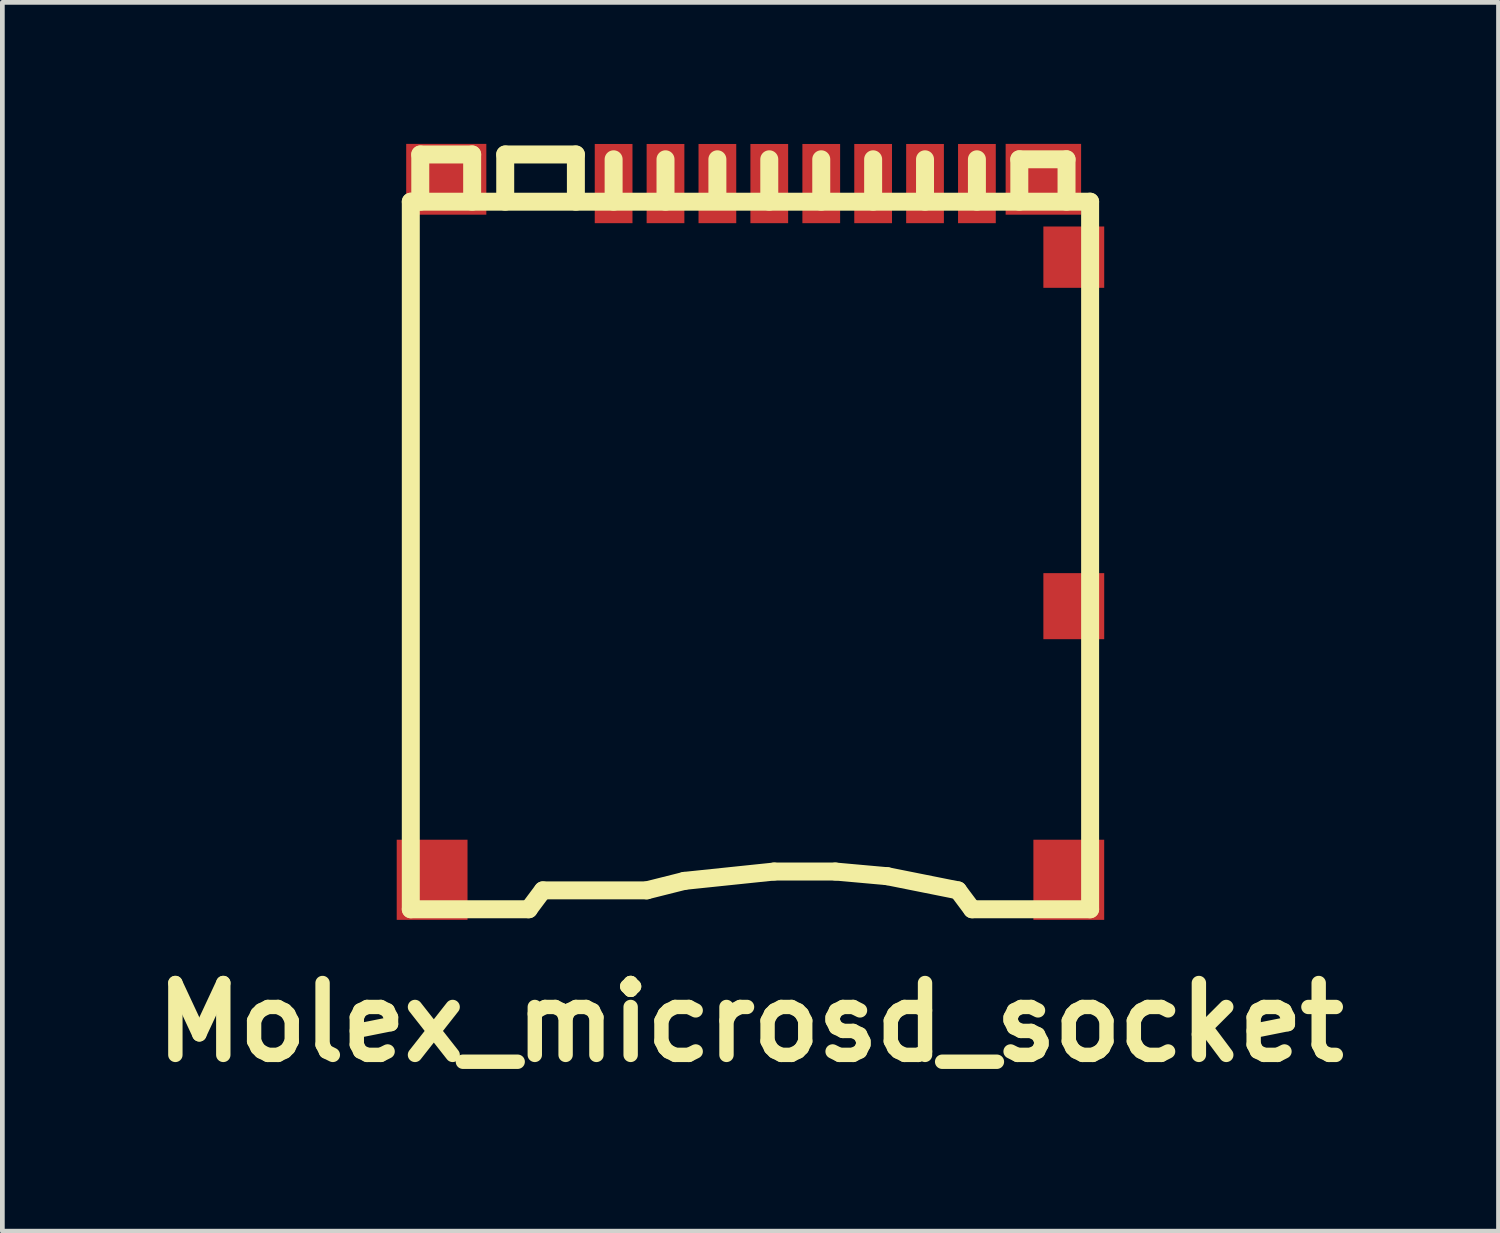
<source format=kicad_pcb>
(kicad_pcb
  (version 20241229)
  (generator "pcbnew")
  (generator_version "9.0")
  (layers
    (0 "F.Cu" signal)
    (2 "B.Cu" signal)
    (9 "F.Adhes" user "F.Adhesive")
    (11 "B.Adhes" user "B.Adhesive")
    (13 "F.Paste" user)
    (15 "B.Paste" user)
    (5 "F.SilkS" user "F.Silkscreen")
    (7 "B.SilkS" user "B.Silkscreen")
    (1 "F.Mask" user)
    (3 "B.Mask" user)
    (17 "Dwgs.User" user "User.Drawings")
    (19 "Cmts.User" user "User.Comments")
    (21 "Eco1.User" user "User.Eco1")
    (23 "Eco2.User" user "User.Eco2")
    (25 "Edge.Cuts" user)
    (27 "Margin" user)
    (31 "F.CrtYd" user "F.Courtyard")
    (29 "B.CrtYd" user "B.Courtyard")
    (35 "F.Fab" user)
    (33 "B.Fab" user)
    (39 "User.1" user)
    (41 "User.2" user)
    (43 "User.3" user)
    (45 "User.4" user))
  (footprint "Molex_microsd_socket"
    (layer "F.Cu")
    (at 12.86 8.226)
    (property "Reference" "Molex_microsd_socket" (at 0 10.399 0) (layer "F.SilkS") (effects (font (size 1.524 1.524) (thickness 0.305))))
    (attr through_hole)
    (fp_line (start -7.201 -7) (end -7.201 8.001) (stroke (width 0.381) (type solid)) (layer "F.SilkS"))
    (fp_line (start -7 -7) (end -7 -8.001) (stroke (width 0.381) (type solid)) (layer "F.SilkS"))
    (fp_line (start -5.9 -8.001) (end -7 -8.001) (stroke (width 0.381) (type solid)) (layer "F.SilkS"))
    (fp_line (start -5.9 -8.001) (end -5.9 -7) (stroke (width 0.381) (type solid)) (layer "F.SilkS"))
    (fp_line (start -5.199 -8.001) (end -5.199 -7) (stroke (width 0.381) (type solid)) (layer "F.SilkS"))
    (fp_line (start -4.699 8.001) (end -7.201 8.001) (stroke (width 0.381) (type solid)) (layer "F.SilkS"))
    (fp_line (start -4.402 7.6) (end -4.702 8.001) (stroke (width 0.381) (type solid)) (layer "F.SilkS"))
    (fp_line (start -3.701 -8.001) (end -5.199 -8.001) (stroke (width 0.381) (type solid)) (layer "F.SilkS"))
    (fp_line (start -3.701 -7) (end -3.701 -8.001) (stroke (width 0.381) (type solid)) (layer "F.SilkS"))
    (fp_line (start -2.901 -7) (end -2.901 -7.899) (stroke (width 0.381) (type solid)) (layer "F.SilkS"))
    (fp_line (start -2.2 7.6) (end -4.399 7.6) (stroke (width 0.381) (type solid)) (layer "F.SilkS"))
    (fp_line (start -2.2 7.6) (end -1.4 7.399) (stroke (width 0.381) (type solid)) (layer "F.SilkS"))
    (fp_line (start -1.801 -7.899) (end -1.801 -7) (stroke (width 0.381) (type solid)) (layer "F.SilkS"))
    (fp_line (start -1.4 7.399) (end 0.5 7.201) (stroke (width 0.381) (type solid)) (layer "F.SilkS"))
    (fp_line (start -0.701 -7.899) (end -0.701 -7.099) (stroke (width 0.381) (type solid)) (layer "F.SilkS"))
    (fp_line (start 0.399 -7.899) (end 0.399 -7) (stroke (width 0.381) (type solid)) (layer "F.SilkS"))
    (fp_line (start 0.5 7.201) (end 1.801 7.201) (stroke (width 0.381) (type solid)) (layer "F.SilkS"))
    (fp_line (start 1.501 -7.899) (end 1.501 -7) (stroke (width 0.381) (type solid)) (layer "F.SilkS"))
    (fp_line (start 1.801 7.201) (end 2.901 7.3) (stroke (width 0.381) (type solid)) (layer "F.SilkS"))
    (fp_line (start 2.601 -7.899) (end 2.601 -7) (stroke (width 0.381) (type solid)) (layer "F.SilkS"))
    (fp_line (start 2.901 7.3) (end 4.399 7.6) (stroke (width 0.381) (type solid)) (layer "F.SilkS"))
    (fp_line (start 3.701 -7.899) (end 3.701 -7) (stroke (width 0.381) (type solid)) (layer "F.SilkS"))
    (fp_line (start 4.699 8.001) (end 4.399 7.6) (stroke (width 0.381) (type solid)) (layer "F.SilkS"))
    (fp_line (start 4.699 8.001) (end 7.201 8.001) (stroke (width 0.381) (type solid)) (layer "F.SilkS"))
    (fp_line (start 4.801 -7.899) (end 4.801 -7) (stroke (width 0.381) (type solid)) (layer "F.SilkS"))
    (fp_line (start 5.7 -7.899) (end 6.701 -7.899) (stroke (width 0.381) (type solid)) (layer "F.SilkS"))
    (fp_line (start 5.7 -7) (end 5.7 -7.899) (stroke (width 0.381) (type solid)) (layer "F.SilkS"))
    (fp_line (start 6.701 -7.899) (end 6.701 -7) (stroke (width 0.381) (type solid)) (layer "F.SilkS"))
    (fp_line (start 7.201 -7) (end -7.201 -7) (stroke (width 0.381) (type solid)) (layer "F.SilkS"))
    (fp_line (start 7.201 8.001) (end 7.201 -7) (stroke (width 0.381) (type solid)) (layer "F.SilkS"))
    (pad "" smd rect (at 6.21 -7.475) (size 1.6 1.501) (layers "F.Cu" "F.Mask" "F.Paste"))
    (pad "1" smd rect (at -2.901 -7.384) (size 0.8 1.679) (layers "F.Cu" "F.Mask" "F.Paste"))
    (pad "2" smd rect (at -1.801 -7.384) (size 0.8 1.679) (layers "F.Cu" "F.Mask" "F.Paste"))
    (pad "3" smd rect (at -0.701 -7.384) (size 0.8 1.679) (layers "F.Cu" "F.Mask" "F.Paste"))
    (pad "4" smd rect (at 0.399 -7.384) (size 0.8 1.679) (layers "F.Cu" "F.Mask" "F.Paste"))
    (pad "5" smd rect (at 1.501 -7.384) (size 0.8 1.679) (layers "F.Cu" "F.Mask" "F.Paste"))
    (pad "6" smd rect (at 2.601 -7.384) (size 0.8 1.679) (layers "F.Cu" "F.Mask" "F.Paste"))
    (pad "7" smd rect (at 3.701 -7.384) (size 0.8 1.679) (layers "F.Cu" "F.Mask" "F.Paste"))
    (pad "8" smd rect (at 4.801 -7.384) (size 0.8 1.679) (layers "F.Cu" "F.Mask" "F.Paste"))
    (pad "9" smd rect (at -6.749 7.376) (size 1.501 1.699) (layers "F.Cu" "F.Mask" "F.Paste"))
    (pad "9" smd rect (at -6.449 -7.475) (size 1.699 1.501) (layers "F.Cu" "F.Mask" "F.Paste"))
    (pad "9" smd rect (at 6.749 7.376) (size 1.501 1.699) (layers "F.Cu" "F.Mask" "F.Paste"))
    (pad "CD1" smd rect (at 6.855 1.575) (size 1.29 1.4) (layers "F.Cu" "F.Mask" "F.Paste"))
    (pad "CD2" smd rect (at 6.855 -5.824) (size 1.29 1.3) (layers "F.Cu" "F.Mask" "F.Paste")))
  (gr_rect
    (start -3 -3)
    (end 28.719 23.051)
    (stroke (width 0.1) (type default))
    (fill no)
    (layer "Edge.Cuts")))
</source>
